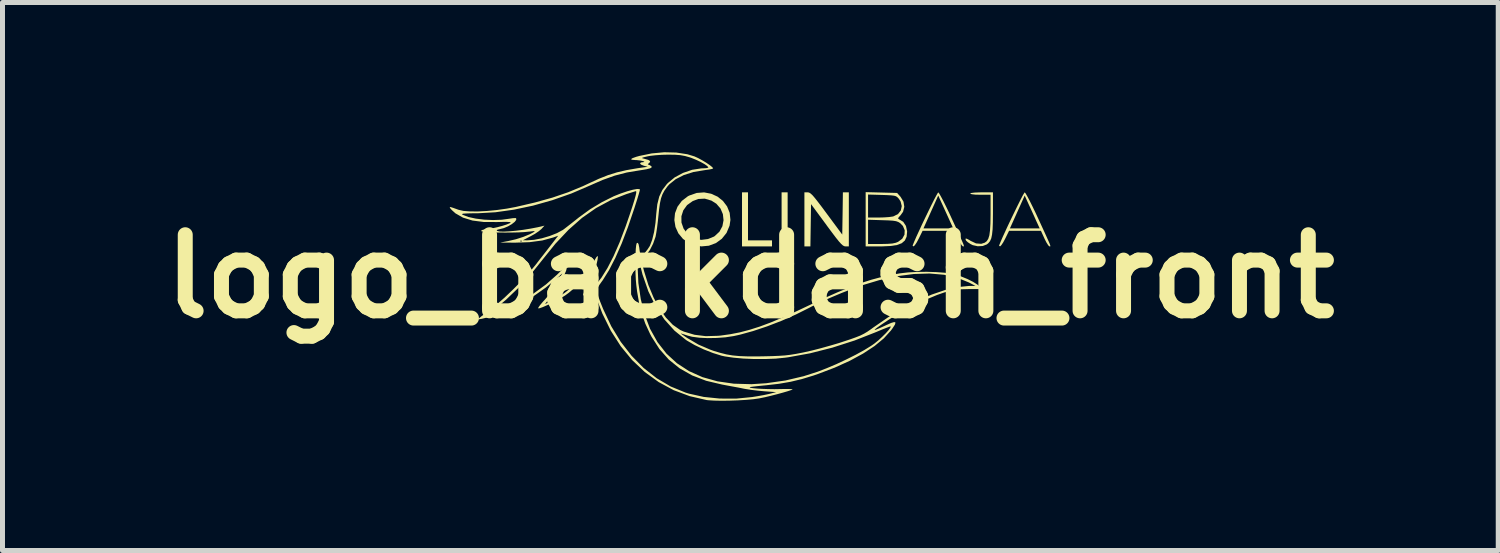
<source format=kicad_pcb>
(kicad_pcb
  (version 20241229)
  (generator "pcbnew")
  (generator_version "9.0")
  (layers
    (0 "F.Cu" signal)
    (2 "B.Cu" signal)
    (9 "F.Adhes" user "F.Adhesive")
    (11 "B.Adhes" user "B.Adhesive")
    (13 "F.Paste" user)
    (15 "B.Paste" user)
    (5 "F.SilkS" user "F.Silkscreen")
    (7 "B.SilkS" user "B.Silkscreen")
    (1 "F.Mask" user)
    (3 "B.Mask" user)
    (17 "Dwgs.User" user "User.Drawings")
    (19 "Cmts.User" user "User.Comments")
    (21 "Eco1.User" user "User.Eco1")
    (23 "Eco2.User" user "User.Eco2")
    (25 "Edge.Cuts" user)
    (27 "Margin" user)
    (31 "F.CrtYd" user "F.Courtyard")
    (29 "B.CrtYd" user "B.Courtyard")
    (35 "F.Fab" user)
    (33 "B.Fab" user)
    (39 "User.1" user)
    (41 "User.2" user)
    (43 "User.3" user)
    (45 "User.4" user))
  (footprint "logo_backdash_front"
    (layer "F.Cu")
    (at 11.982 2.487)
    (property "Reference" "logo_backdash_front" (at 0 0 0) (layer "F.SilkS") (effects (font (size 1.524 1.524) (thickness 0.3))))
    (attr through_hole)
    (fp_poly (pts (xy 0.746 -0.601) (xy 0.625 -0.601) (xy 0.625 -1.684) (xy 0.746 -1.684)) (stroke (width 0) (type solid)) (fill yes) (layer "F.SilkS"))
    (fp_poly (pts (xy -0.048 -0.722) (xy 0.433 -0.722) (xy 0.433 -0.601) (xy -0.168 -0.601) (xy -0.168 -1.684) (xy -0.048 -1.684)) (stroke (width 0) (type solid)) (fill yes) (layer "F.SilkS"))
    (fp_poly (pts (xy 1.972 -0.601) (xy 1.906 -0.601) (xy 1.881 -0.605) (xy 1.853 -0.62) (xy 1.818 -0.651) (xy 1.772 -0.702) (xy 1.711 -0.778) (xy 1.631 -0.884) (xy 1.527 -1.024) (xy 1.527 -1.025) (xy 1.215 -1.448) (xy 1.202 -0.601) (xy 1.082 -0.601) (xy 1.082 -1.684) (xy 1.149 -1.684) (xy 1.174 -1.68) (xy 1.202 -1.664) (xy 1.237 -1.633) (xy 1.283 -1.581) (xy 1.345 -1.503) (xy 1.427 -1.396) (xy 1.527 -1.261) (xy 1.84 -0.838) (xy 1.847 -1.261) (xy 1.853 -1.684) (xy 1.972 -1.684)) (stroke (width 0) (type solid)) (fill yes) (layer "F.SilkS"))
    (fp_poly (pts (xy 4.859 -1.262) (xy 4.857 -1.082) (xy 4.852 -0.943) (xy 4.841 -0.838) (xy 4.825 -0.762) (xy 4.8 -0.706) (xy 4.766 -0.665) (xy 4.736 -0.641) (xy 4.655 -0.609) (xy 4.555 -0.604) (xy 4.455 -0.626) (xy 4.41 -0.648) (xy 4.355 -0.685) (xy 4.32 -0.718) (xy 4.318 -0.721) (xy 4.307 -0.754) (xy 4.33 -0.757) (xy 4.382 -0.731) (xy 4.414 -0.711) (xy 4.52 -0.661) (xy 4.624 -0.653) (xy 4.694 -0.675) (xy 4.735 -0.706) (xy 4.765 -0.753) (xy 4.787 -0.823) (xy 4.8 -0.922) (xy 4.808 -1.055) (xy 4.811 -1.23) (xy 4.811 -1.25) (xy 4.811 -1.636) (xy 4.606 -1.636) (xy 4.507 -1.638) (xy 4.436 -1.646) (xy 4.403 -1.657) (xy 4.402 -1.66) (xy 4.424 -1.671) (xy 4.488 -1.679) (xy 4.585 -1.683) (xy 4.63 -1.684) (xy 4.859 -1.684)) (stroke (width 0) (type solid)) (fill yes) (layer "F.SilkS"))
    (fp_poly (pts (xy -0.786 -1.656) (xy -0.658 -1.598) (xy -0.55 -1.512) (xy -0.467 -1.402) (xy -0.415 -1.274) (xy -0.4 -1.132) (xy -0.417 -1.017) (xy -0.478 -0.871) (xy -0.572 -0.754) (xy -0.692 -0.667) (xy -0.832 -0.615) (xy -0.982 -0.601) (xy -1.135 -0.628) (xy -1.22 -0.663) (xy -1.35 -0.751) (xy -1.443 -0.863) (xy -1.501 -0.991) (xy -1.523 -1.128) (xy -1.516 -1.205) (xy -1.382 -1.205) (xy -1.381 -1.079) (xy -1.338 -0.957) (xy -1.262 -0.854) (xy -1.194 -0.798) (xy -1.124 -0.756) (xy -1.1 -0.747) (xy -0.979 -0.732) (xy -0.849 -0.749) (xy -0.731 -0.797) (xy -0.717 -0.806) (xy -0.62 -0.896) (xy -0.561 -1.005) (xy -0.538 -1.125) (xy -0.551 -1.247) (xy -0.599 -1.36) (xy -0.682 -1.456) (xy -0.78 -1.518) (xy -0.914 -1.558) (xy -1.044 -1.551) (xy -1.155 -1.509) (xy -1.268 -1.429) (xy -1.344 -1.324) (xy -1.382 -1.205) (xy -1.516 -1.205) (xy -1.51 -1.266) (xy -1.46 -1.396) (xy -1.374 -1.512) (xy -1.253 -1.605) (xy -1.224 -1.62) (xy -1.075 -1.672) (xy -0.927 -1.683)) (stroke (width 0) (type solid)) (fill yes) (layer "F.SilkS"))
    (fp_poly (pts (xy 3.781 -1.663) (xy 3.815 -1.604) (xy 3.863 -1.514) (xy 3.921 -1.397) (xy 3.986 -1.262) (xy 4.027 -1.173) (xy 4.107 -1) (xy 4.169 -0.865) (xy 4.215 -0.765) (xy 4.246 -0.694) (xy 4.266 -0.647) (xy 4.275 -0.619) (xy 4.277 -0.605) (xy 4.272 -0.601) (xy 4.264 -0.601) (xy 4.258 -0.601) (xy 4.235 -0.622) (xy 4.201 -0.675) (xy 4.163 -0.751) (xy 4.159 -0.758) (xy 4.089 -0.914) (xy 3.45 -0.914) (xy 3.373 -0.758) (xy 3.332 -0.681) (xy 3.295 -0.626) (xy 3.271 -0.602) (xy 3.269 -0.601) (xy 3.25 -0.615) (xy 3.251 -0.622) (xy 3.281 -0.695) (xy 3.324 -0.794) (xy 3.378 -0.911) (xy 3.402 -0.962) (xy 3.467 -0.962) (xy 4.063 -0.962) (xy 3.995 -1.112) (xy 3.949 -1.213) (xy 3.895 -1.331) (xy 3.845 -1.441) (xy 3.763 -1.62) (xy 3.615 -1.291) (xy 3.467 -0.962) (xy 3.402 -0.962) (xy 3.438 -1.041) (xy 3.502 -1.175) (xy 3.566 -1.307) (xy 3.626 -1.429) (xy 3.679 -1.535) (xy 3.723 -1.618) (xy 3.752 -1.669) (xy 3.763 -1.684)) (stroke (width 0) (type solid)) (fill yes) (layer "F.SilkS"))
    (fp_poly (pts (xy 5.513 -1.663) (xy 5.547 -1.604) (xy 5.595 -1.514) (xy 5.653 -1.397) (xy 5.718 -1.262) (xy 5.759 -1.173) (xy 5.839 -1) (xy 5.901 -0.865) (xy 5.946 -0.765) (xy 5.978 -0.694) (xy 5.998 -0.647) (xy 6.007 -0.619) (xy 6.009 -0.605) (xy 6.004 -0.601) (xy 5.995 -0.601) (xy 5.99 -0.601) (xy 5.967 -0.622) (xy 5.933 -0.675) (xy 5.894 -0.751) (xy 5.891 -0.758) (xy 5.82 -0.914) (xy 5.182 -0.914) (xy 5.105 -0.758) (xy 5.064 -0.681) (xy 5.027 -0.626) (xy 5.003 -0.602) (xy 5.001 -0.601) (xy 4.982 -0.615) (xy 4.983 -0.622) (xy 5.013 -0.695) (xy 5.056 -0.794) (xy 5.11 -0.911) (xy 5.133 -0.962) (xy 5.199 -0.962) (xy 5.795 -0.962) (xy 5.726 -1.112) (xy 5.681 -1.213) (xy 5.627 -1.331) (xy 5.576 -1.441) (xy 5.495 -1.62) (xy 5.347 -1.291) (xy 5.199 -0.962) (xy 5.133 -0.962) (xy 5.17 -1.041) (xy 5.234 -1.175) (xy 5.298 -1.307) (xy 5.358 -1.429) (xy 5.411 -1.535) (xy 5.454 -1.618) (xy 5.484 -1.669) (xy 5.495 -1.684)) (stroke (width 0) (type solid)) (fill yes) (layer "F.SilkS"))
    (fp_poly (pts (xy 2.624 -1.68) (xy 2.939 -1.672) (xy 3.009 -1.593) (xy 3.067 -1.497) (xy 3.083 -1.394) (xy 3.058 -1.294) (xy 3.009 -1.226) (xy 2.968 -1.181) (xy 2.959 -1.157) (xy 2.979 -1.144) (xy 2.981 -1.143) (xy 3.061 -1.094) (xy 3.116 -1.011) (xy 3.139 -0.905) (xy 3.139 -0.891) (xy 3.129 -0.794) (xy 3.094 -0.719) (xy 3.032 -0.665) (xy 2.937 -0.629) (xy 2.804 -0.609) (xy 2.63 -0.601) (xy 2.599 -0.601) (xy 2.309 -0.601) (xy 2.309 -0.649) (xy 2.357 -0.649) (xy 2.616 -0.649) (xy 2.748 -0.652) (xy 2.844 -0.659) (xy 2.913 -0.674) (xy 2.958 -0.692) (xy 3.042 -0.755) (xy 3.087 -0.837) (xy 3.091 -0.925) (xy 3.055 -1.011) (xy 2.999 -1.068) (xy 2.963 -1.09) (xy 2.919 -1.106) (xy 2.856 -1.116) (xy 2.766 -1.122) (xy 2.644 -1.126) (xy 2.357 -1.135) (xy 2.357 -0.649) (xy 2.309 -0.649) (xy 2.309 -1.179) (xy 2.357 -1.179) (xy 2.568 -1.179) (xy 2.676 -1.182) (xy 2.778 -1.189) (xy 2.854 -1.2) (xy 2.868 -1.204) (xy 2.958 -1.25) (xy 3.014 -1.322) (xy 3.032 -1.409) (xy 3.009 -1.501) (xy 2.973 -1.556) (xy 2.946 -1.585) (xy 2.918 -1.605) (xy 2.878 -1.617) (xy 2.818 -1.624) (xy 2.726 -1.629) (xy 2.636 -1.632) (xy 2.357 -1.64) (xy 2.357 -1.179) (xy 2.309 -1.179) (xy 2.309 -1.688)) (stroke (width 0) (type solid)) (fill yes) (layer "F.SilkS"))
    (fp_poly (pts (xy -1.484 -2.481) (xy -1.262 -2.447) (xy -1.121 -2.404) (xy -1.048 -2.371) (xy -0.965 -2.326) (xy -0.882 -2.276) (xy -0.811 -2.227) (xy -0.762 -2.187) (xy -0.746 -2.164) (xy -0.768 -2.153) (xy -0.826 -2.141) (xy -0.908 -2.13) (xy -0.92 -2.128) (xy -1.138 -2.092) (xy -1.332 -2.031) (xy -1.497 -1.947) (xy -1.625 -1.844) (xy -1.666 -1.797) (xy -1.721 -1.72) (xy -1.761 -1.646) (xy -1.79 -1.565) (xy -1.812 -1.465) (xy -1.83 -1.335) (xy -1.841 -1.226) (xy -1.855 -1.095) (xy -1.87 -0.972) (xy -1.886 -0.869) (xy -1.899 -0.799) (xy -1.901 -0.792) (xy -1.949 -0.655) (xy -2.012 -0.531) (xy -2.083 -0.435) (xy -2.118 -0.403) (xy -2.193 -0.344) (xy -2.13 -0.106) (xy -2.044 0.172) (xy -1.94 0.422) (xy -1.823 0.641) (xy -1.693 0.824) (xy -1.554 0.97) (xy -1.408 1.072) (xy -1.335 1.105) (xy -1.12 1.169) (xy -0.895 1.197) (xy -0.65 1.19) (xy -0.595 1.185) (xy -0.402 1.158) (xy -0.212 1.121) (xy -0.018 1.07) (xy 0.187 1.005) (xy 0.407 0.923) (xy 0.651 0.821) (xy 0.924 0.698) (xy 1.155 0.589) (xy 1.464 0.443) (xy 1.739 0.321) (xy 1.987 0.218) (xy 2.213 0.134) (xy 2.426 0.066) (xy 2.631 0.011) (xy 2.835 -0.033) (xy 2.994 -0.061) (xy 3.157 -0.08) (xy 3.342 -0.09) (xy 3.535 -0.092) (xy 3.725 -0.086) (xy 3.899 -0.073) (xy 4.044 -0.051) (xy 4.101 -0.038) (xy 4.224 0.002) (xy 4.349 0.053) (xy 4.461 0.109) (xy 4.549 0.165) (xy 4.587 0.197) (xy 4.639 0.253) (xy 4.37 0.254) (xy 4.227 0.258) (xy 4.111 0.269) (xy 4.004 0.289) (xy 3.885 0.321) (xy 3.739 0.372) (xy 3.565 0.445) (xy 3.374 0.533) (xy 3.178 0.632) (xy 2.988 0.736) (xy 2.816 0.839) (xy 2.754 0.879) (xy 2.627 0.964) (xy 2.541 1.024) (xy 2.495 1.06) (xy 2.489 1.073) (xy 2.523 1.064) (xy 2.596 1.033) (xy 2.708 0.982) (xy 2.718 0.977) (xy 2.82 0.932) (xy 2.882 0.914) (xy 2.907 0.925) (xy 2.895 0.966) (xy 2.848 1.039) (xy 2.815 1.084) (xy 2.674 1.24) (xy 2.487 1.395) (xy 2.259 1.545) (xy 1.992 1.69) (xy 1.69 1.827) (xy 1.356 1.954) (xy 1.263 1.986) (xy 1.03 2.057) (xy 0.805 2.111) (xy 0.572 2.151) (xy 0.312 2.181) (xy 0.257 2.186) (xy 0.15 2.197) (xy 0.062 2.207) (xy 0.003 2.215) (xy -0.016 2.221) (xy -0.003 2.23) (xy 0.049 2.239) (xy 0.133 2.247) (xy 0.238 2.253) (xy 0.357 2.257) (xy 0.48 2.259) (xy 0.594 2.257) (xy 0.699 2.255) (xy 0.782 2.256) (xy 0.834 2.259) (xy 0.847 2.264) (xy 0.814 2.278) (xy 0.744 2.301) (xy 0.648 2.329) (xy 0.535 2.36) (xy 0.416 2.39) (xy 0.301 2.418) (xy 0.199 2.439) (xy 0.175 2.444) (xy 0.061 2.46) (xy -0.083 2.473) (xy -0.246 2.483) (xy -0.416 2.489) (xy -0.58 2.491) (xy -0.726 2.488) (xy -0.841 2.481) (xy -0.876 2.477) (xy -1.215 2.399) (xy -1.537 2.279) (xy -1.837 2.117) (xy -2.116 1.915) (xy -2.37 1.675) (xy -2.597 1.399) (xy -2.796 1.088) (xy -2.965 0.745) (xy -3.055 0.512) (xy -3.132 0.292) (xy -3.207 0.338) (xy -3.27 0.37) (xy -3.321 0.385) (xy -3.326 0.385) (xy -3.347 0.38) (xy -3.35 0.36) (xy -3.332 0.315) (xy -3.305 0.259) (xy -3.266 0.177) (xy -3.227 0.082) (xy -3.191 -0.012) (xy -3.164 -0.092) (xy -3.151 -0.144) (xy -3.151 -0.15) (xy -3.164 -0.145) (xy -3.199 -0.11) (xy -3.244 -0.056) (xy -3.358 0.073) (xy -3.494 0.206) (xy -3.633 0.324) (xy -3.71 0.381) (xy -3.785 0.428) (xy -3.877 0.48) (xy -3.977 0.531) (xy -4.074 0.578) (xy -4.159 0.615) (xy -4.221 0.637) (xy -4.252 0.641) (xy -4.245 0.619) (xy -4.211 0.572) (xy -4.155 0.506) (xy -4.115 0.463) (xy -4.02 0.352) (xy -3.929 0.228) (xy -3.862 0.118) (xy -3.768 -0.06) (xy -3.874 0.037) (xy -4.101 0.225) (xy -4.353 0.403) (xy -4.615 0.56) (xy -4.871 0.686) (xy -4.902 0.699) (xy -4.99 0.733) (xy -5.092 0.768) (xy -5.198 0.801) (xy -5.297 0.829) (xy -5.38 0.849) (xy -5.435 0.859) (xy -5.453 0.857) (xy -5.438 0.841) (xy -5.392 0.802) (xy -5.328 0.753) (xy -5.229 0.753) (xy -5.223 0.758) (xy -5.198 0.753) (xy -5.162 0.743) (xy -5.098 0.722) (xy -5.006 0.688) (xy -4.905 0.647) (xy -4.88 0.636) (xy -4.61 0.504) (xy -4.344 0.343) (xy -4.096 0.162) (xy -3.879 -0.029) (xy -3.849 -0.058) (xy -3.772 -0.134) (xy -3.722 -0.177) (xy -3.693 -0.189) (xy -3.681 -0.173) (xy -3.68 -0.158) (xy -3.693 -0.11) (xy -3.727 -0.032) (xy -3.778 0.064) (xy -3.839 0.17) (xy -3.904 0.274) (xy -3.968 0.367) (xy -3.992 0.398) (xy -4.115 0.555) (xy -3.988 0.491) (xy -3.721 0.331) (xy -3.485 0.141) (xy -3.286 -0.076) (xy -3.127 -0.315) (xy -3.086 -0.384) (xy -3.062 -0.409) (xy -3.055 -0.395) (xy -3.062 -0.332) (xy -3.083 -0.238) (xy -3.112 -0.124) (xy -3.148 -0.005) (xy -3.185 0.106) (xy -3.207 0.163) (xy -3.235 0.238) (xy -3.249 0.292) (xy -3.248 0.313) (xy -3.248 0.313) (xy -3.223 0.296) (xy -3.176 0.252) (xy -3.116 0.191) (xy -3.108 0.182) (xy -2.985 0.027) (xy -2.863 -0.168) (xy -2.742 -0.404) (xy -2.62 -0.683) (xy -2.497 -1.007) (xy -2.415 -1.246) (xy -2.361 -1.409) (xy -2.323 -1.532) (xy -2.299 -1.618) (xy -2.287 -1.673) (xy -2.287 -1.702) (xy -2.294 -1.708) (xy -2.319 -1.701) (xy -2.379 -1.682) (xy -2.462 -1.656) (xy -2.492 -1.646) (xy -2.8 -1.526) (xy -3.092 -1.369) (xy -3.372 -1.173) (xy -3.642 -0.935) (xy -3.907 -0.654) (xy -4.127 -0.381) (xy -4.386 -0.058) (xy -4.642 0.224) (xy -4.892 0.464) (xy -4.989 0.546) (xy -5.095 0.634) (xy -5.168 0.695) (xy -5.212 0.733) (xy -5.229 0.753) (xy -5.328 0.753) (xy -5.322 0.748) (xy -5.25 0.695) (xy -5.097 0.575) (xy -4.927 0.427) (xy -4.752 0.26) (xy -4.581 0.087) (xy -4.426 -0.083) (xy -4.305 -0.229) (xy -4.218 -0.342) (xy -4.124 -0.462) (xy -4.037 -0.574) (xy -3.988 -0.638) (xy -3.85 -0.815) (xy -3.951 -0.779) (xy -4.168 -0.72) (xy -4.422 -0.686) (xy -4.71 -0.676) (xy -5.015 -0.678) (xy -4.847 -0.709) (xy -4.828 -0.714) (xy -4.61 -0.714) (xy -4.607 -0.699) (xy -4.594 -0.698) (xy -4.574 -0.706) (xy -4.578 -0.714) (xy -4.607 -0.716) (xy -4.61 -0.714) (xy -4.828 -0.714) (xy -4.698 -0.744) (xy -4.55 -0.791) (xy -4.419 -0.845) (xy -4.354 -0.879) (xy -4.324 -0.898) (xy -4.324 -0.907) (xy -4.359 -0.906) (xy -4.434 -0.897) (xy -4.438 -0.897) (xy -4.528 -0.888) (xy -4.643 -0.882) (xy -4.774 -0.879) (xy -4.911 -0.878) (xy -5.047 -0.879) (xy -5.171 -0.882) (xy -5.275 -0.887) (xy -5.35 -0.895) (xy -5.387 -0.904) (xy -5.388 -0.905) (xy -5.39 -0.922) (xy -5.355 -0.935) (xy -5.276 -0.947) (xy -5.267 -0.948) (xy -5.174 -0.963) (xy -5.071 -0.985) (xy -4.97 -1.012) (xy -4.883 -1.04) (xy -4.822 -1.065) (xy -4.8 -1.081) (xy -4.817 -1.088) (xy -4.874 -1.092) (xy -4.963 -1.092) (xy -5.073 -1.089) (xy -5.34 -1.09) (xy -5.567 -1.119) (xy -5.757 -1.177) (xy -5.885 -1.25) (xy -5.775 -1.25) (xy -5.773 -1.24) (xy -5.761 -1.233) (xy -5.648 -1.19) (xy -5.502 -1.158) (xy -5.333 -1.137) (xy -5.155 -1.129) (xy -4.982 -1.135) (xy -4.834 -1.155) (xy -4.761 -1.166) (xy -4.709 -1.169) (xy -4.693 -1.166) (xy -4.69 -1.134) (xy -4.722 -1.092) (xy -4.781 -1.046) (xy -4.857 -1.002) (xy -4.941 -0.967) (xy -5.012 -0.949) (xy -5.069 -0.935) (xy -5.082 -0.92) (xy -5.072 -0.911) (xy -5.027 -0.9) (xy -4.944 -0.897) (xy -4.831 -0.903) (xy -4.697 -0.915) (xy -4.553 -0.933) (xy -4.405 -0.957) (xy -4.264 -0.984) (xy -4.197 -0.999) (xy -4.125 -1.017) (xy -4.185 -0.951) (xy -4.238 -0.906) (xy -4.316 -0.853) (xy -4.402 -0.805) (xy -4.558 -0.724) (xy -4.469 -0.723) (xy -4.333 -0.733) (xy -4.178 -0.763) (xy -4.02 -0.81) (xy -3.875 -0.867) (xy -3.758 -0.93) (xy -3.734 -0.947) (xy -3.672 -0.995) (xy -3.586 -1.062) (xy -3.49 -1.138) (xy -3.435 -1.182) (xy -3.212 -1.344) (xy -2.973 -1.488) (xy -2.736 -1.606) (xy -2.606 -1.658) (xy -2.468 -1.705) (xy -2.355 -1.736) (xy -2.271 -1.751) (xy -2.223 -1.749) (xy -2.213 -1.737) (xy -2.22 -1.707) (xy -2.239 -1.639) (xy -2.268 -1.543) (xy -2.305 -1.427) (xy -2.324 -1.367) (xy -2.451 -0.993) (xy -2.578 -0.66) (xy -2.706 -0.37) (xy -2.832 -0.125) (xy -2.956 0.074) (xy -2.976 0.101) (xy -3.022 0.166) (xy -3.053 0.219) (xy -3.067 0.27) (xy -3.065 0.329) (xy -3.046 0.404) (xy -3.01 0.504) (xy -2.956 0.638) (xy -2.948 0.657) (xy -2.787 0.999) (xy -2.597 1.311) (xy -2.38 1.59) (xy -2.139 1.834) (xy -1.877 2.04) (xy -1.597 2.205) (xy -1.3 2.327) (xy -1.232 2.348) (xy -0.935 2.414) (xy -0.614 2.447) (xy -0.283 2.448) (xy 0.033 2.417) (xy 0.152 2.398) (xy 0.268 2.377) (xy 0.363 2.357) (xy 0.397 2.349) (xy 0.517 2.318) (xy 0.277 2.301) (xy 0.149 2.289) (xy 0.017 2.273) (xy -0.098 2.255) (xy -0.132 2.249) (xy -0.229 2.229) (xy -0.355 2.206) (xy -0.489 2.181) (xy -0.568 2.166) (xy -0.886 2.091) (xy -1.168 1.983) (xy -1.417 1.842) (xy -1.634 1.667) (xy -1.822 1.455) (xy -1.981 1.207) (xy -2.014 1.143) (xy -2.105 0.946) (xy -2.174 0.75) (xy -2.228 0.541) (xy -2.269 0.306) (xy -2.286 0.17) (xy -2.295 0.067) (xy -2.301 -0.055) (xy -2.304 -0.187) (xy -2.304 -0.192) (xy -2.259 -0.192) (xy -2.244 0.133) (xy -2.196 0.456) (xy -2.118 0.763) (xy -2.013 1.042) (xy -2.008 1.053) (xy -1.861 1.317) (xy -1.682 1.546) (xy -1.472 1.739) (xy -1.23 1.897) (xy -0.96 2.018) (xy -0.66 2.102) (xy -0.332 2.149) (xy 0.022 2.159) (xy 0.316 2.14) (xy 0.702 2.085) (xy 1.067 1.999) (xy 1.345 1.91) (xy 1.529 1.839) (xy 1.725 1.756) (xy 1.921 1.664) (xy 2.109 1.57) (xy 2.277 1.478) (xy 2.415 1.393) (xy 2.483 1.346) (xy 2.56 1.284) (xy 2.637 1.213) (xy 2.709 1.142) (xy 2.767 1.078) (xy 2.804 1.028) (xy 2.812 1.002) (xy 2.812 1.001) (xy 2.787 1.007) (xy 2.728 1.029) (xy 2.641 1.063) (xy 2.537 1.107) (xy 2.526 1.112) (xy 2.09 1.283) (xy 1.642 1.427) (xy 1.193 1.541) (xy 0.757 1.62) (xy 0.698 1.628) (xy 0.508 1.647) (xy 0.296 1.655) (xy 0.076 1.655) (xy -0.14 1.646) (xy -0.339 1.628) (xy -0.51 1.603) (xy -0.575 1.589) (xy -0.749 1.535) (xy -0.937 1.461) (xy -1.117 1.375) (xy -1.272 1.285) (xy -1.291 1.272) (xy -1.451 1.143) (xy -1.395 1.143) (xy -1.377 1.158) (xy -1.329 1.191) (xy -1.267 1.233) (xy -1.04 1.366) (xy -0.805 1.467) (xy -0.738 1.491) (xy -0.605 1.531) (xy -0.481 1.562) (xy -0.357 1.583) (xy -0.221 1.596) (xy -0.063 1.602) (xy 0.126 1.603) (xy 0.253 1.601) (xy 0.431 1.597) (xy 0.574 1.591) (xy 0.693 1.583) (xy 0.802 1.57) (xy 0.913 1.552) (xy 1.038 1.528) (xy 1.085 1.518) (xy 1.236 1.484) (xy 1.414 1.438) (xy 1.6 1.386) (xy 1.777 1.334) (xy 1.843 1.312) (xy 1.995 1.262) (xy 2.11 1.221) (xy 2.201 1.185) (xy 2.275 1.148) (xy 2.344 1.107) (xy 2.418 1.056) (xy 2.453 1.03) (xy 2.753 0.823) (xy 3.052 0.642) (xy 3.347 0.488) (xy 3.632 0.364) (xy 3.902 0.272) (xy 4.153 0.214) (xy 4.379 0.191) (xy 4.388 0.191) (xy 4.51 0.19) (xy 4.376 0.121) (xy 4.143 0.026) (xy 3.88 -0.033) (xy 3.589 -0.058) (xy 3.273 -0.048) (xy 2.935 -0.004) (xy 2.578 0.076) (xy 2.251 0.174) (xy 2.049 0.246) (xy 1.83 0.331) (xy 1.609 0.424) (xy 1.4 0.519) (xy 1.22 0.607) (xy 1.181 0.628) (xy 0.913 0.762) (xy 0.628 0.888) (xy 0.337 1) (xy 0.053 1.095) (xy -0.211 1.168) (xy -0.334 1.195) (xy -0.499 1.22) (xy -0.677 1.233) (xy -0.857 1.236) (xy -1.024 1.228) (xy -1.168 1.209) (xy -1.257 1.186) (xy -1.329 1.162) (xy -1.379 1.146) (xy -1.395 1.143) (xy -1.451 1.143) (xy -1.521 1.086) (xy -1.724 0.861) (xy -1.898 0.598) (xy -2.044 0.299) (xy -2.161 -0.037) (xy -2.224 -0.289) (xy -2.257 -0.445) (xy -2.259 -0.192) (xy -2.304 -0.192) (xy -2.304 -0.319) (xy -2.301 -0.443) (xy -2.296 -0.548) (xy -2.288 -0.625) (xy -2.278 -0.664) (xy -2.276 -0.666) (xy -2.256 -0.673) (xy -2.24 -0.645) (xy -2.226 -0.576) (xy -2.221 -0.532) (xy -2.21 -0.463) (xy -2.197 -0.418) (xy -2.19 -0.409) (xy -2.16 -0.427) (xy -2.114 -0.473) (xy -2.065 -0.534) (xy -2.023 -0.597) (xy -2.011 -0.618) (xy -1.967 -0.735) (xy -1.929 -0.89) (xy -1.901 -1.075) (xy -1.886 -1.253) (xy -1.865 -1.444) (xy -1.826 -1.6) (xy -1.764 -1.731) (xy -1.675 -1.848) (xy -1.652 -1.872) (xy -1.516 -1.984) (xy -1.348 -2.074) (xy -1.166 -2.136) (xy -0.983 -2.164) (xy -0.945 -2.165) (xy -0.882 -2.169) (xy -0.846 -2.178) (xy -0.842 -2.183) (xy -0.863 -2.21) (xy -0.918 -2.249) (xy -0.999 -2.294) (xy -1.093 -2.338) (xy -1.191 -2.377) (xy -1.215 -2.385) (xy -1.31 -2.412) (xy -1.403 -2.429) (xy -1.51 -2.437) (xy -1.648 -2.439) (xy -1.774 -2.436) (xy -1.9 -2.427) (xy -2.008 -2.415) (xy -2.057 -2.406) (xy -2.133 -2.388) (xy -2.168 -2.376) (xy -2.165 -2.367) (xy -2.13 -2.358) (xy -2.127 -2.357) (xy -2.045 -2.334) (xy -2.009 -2.31) (xy -2.017 -2.283) (xy -2.029 -2.272) (xy -2.055 -2.249) (xy -2.038 -2.235) (xy -2.018 -2.229) (xy -1.982 -2.207) (xy -1.978 -2.184) (xy -2.008 -2.165) (xy -2.083 -2.146) (xy -2.2 -2.127) (xy -2.227 -2.123) (xy -2.474 -2.082) (xy -2.714 -2.02) (xy -2.961 -1.932) (xy -3.223 -1.817) (xy -3.586 -1.661) (xy -3.967 -1.527) (xy -4.353 -1.418) (xy -4.737 -1.337) (xy -5.108 -1.285) (xy -5.455 -1.265) (xy -5.465 -1.265) (xy -5.601 -1.264) (xy -5.695 -1.261) (xy -5.751 -1.257) (xy -5.775 -1.25) (xy -5.885 -1.25) (xy -5.908 -1.263) (xy -5.978 -1.326) (xy -6.013 -1.365) (xy -6.024 -1.386) (xy -6.006 -1.389) (xy -5.954 -1.373) (xy -5.862 -1.34) (xy -5.845 -1.334) (xy -5.75 -1.312) (xy -5.618 -1.302) (xy -5.456 -1.301) (xy -5.273 -1.311) (xy -5.077 -1.33) (xy -4.878 -1.358) (xy -4.702 -1.391) (xy -4.315 -1.481) (xy -3.967 -1.578) (xy -3.65 -1.686) (xy -3.355 -1.808) (xy -3.235 -1.864) (xy -3.035 -1.956) (xy -2.853 -2.028) (xy -2.674 -2.084) (xy -2.481 -2.129) (xy -2.261 -2.167) (xy -2.177 -2.179) (xy -2.057 -2.196) (xy -2.135 -2.217) (xy -2.192 -2.24) (xy -2.211 -2.265) (xy -2.191 -2.283) (xy -2.159 -2.287) (xy -2.125 -2.292) (xy -2.129 -2.301) (xy -2.162 -2.313) (xy -2.216 -2.323) (xy -2.279 -2.33) (xy -2.308 -2.331) (xy -2.373 -2.337) (xy -2.391 -2.349) (xy -2.361 -2.369) (xy -2.286 -2.396) (xy -2.225 -2.413) (xy -1.976 -2.464) (xy -1.725 -2.487)) (stroke (width 0) (type solid)) (fill yes) (layer "F.SilkS")))
  (gr_rect
    (start -3 -3)
    (end 26.963 7.978)
    (stroke (width 0.1) (type default))
    (fill no)
    (layer "Edge.Cuts")))
</source>
